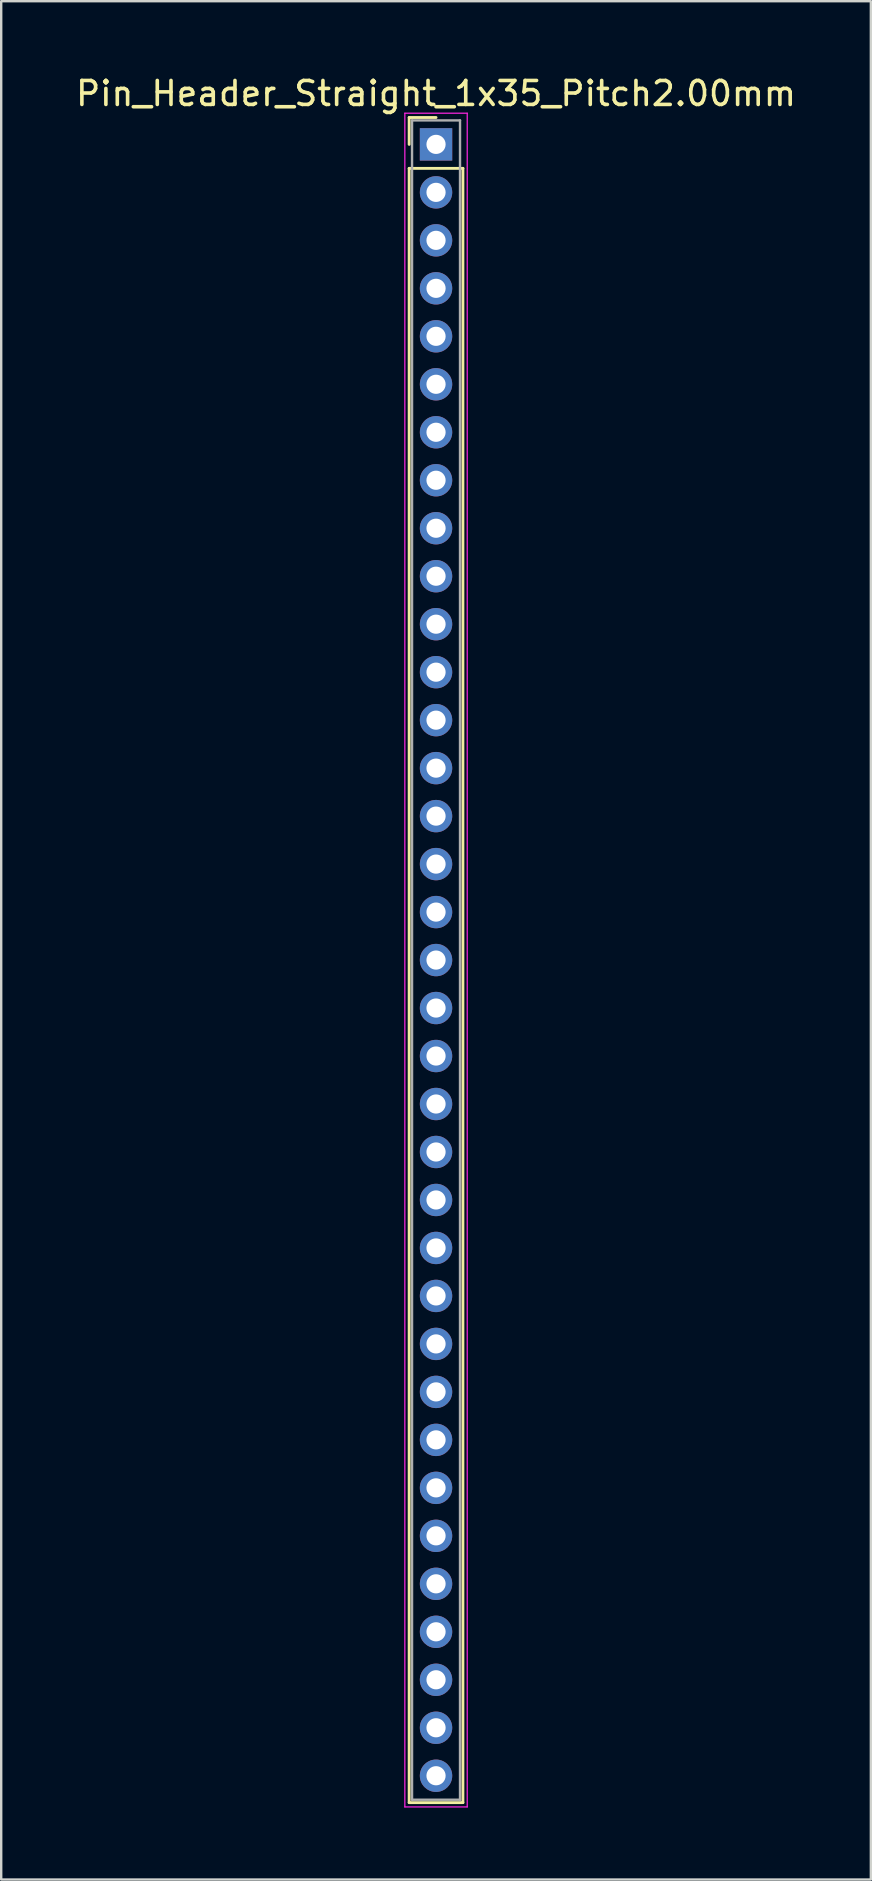
<source format=kicad_pcb>
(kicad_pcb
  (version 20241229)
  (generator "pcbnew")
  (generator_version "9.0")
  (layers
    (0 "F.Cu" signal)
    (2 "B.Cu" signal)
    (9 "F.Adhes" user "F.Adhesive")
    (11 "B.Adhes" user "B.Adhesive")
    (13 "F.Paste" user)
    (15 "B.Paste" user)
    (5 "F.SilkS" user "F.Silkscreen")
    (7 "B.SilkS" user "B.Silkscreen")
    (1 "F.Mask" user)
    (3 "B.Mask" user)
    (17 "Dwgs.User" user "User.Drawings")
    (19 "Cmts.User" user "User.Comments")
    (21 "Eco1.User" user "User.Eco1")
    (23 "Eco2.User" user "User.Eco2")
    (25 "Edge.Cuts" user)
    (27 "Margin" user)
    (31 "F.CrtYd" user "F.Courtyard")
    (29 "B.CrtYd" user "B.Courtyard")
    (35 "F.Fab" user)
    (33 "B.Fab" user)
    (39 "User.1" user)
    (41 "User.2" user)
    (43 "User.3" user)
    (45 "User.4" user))
  (footprint "Pin_Header_Straight_1x35_Pitch2.00mm"
    (layer "F.Cu")
    (at 15.125 2.968)
    (property "Reference" "Pin_Header_Straight_1x35_Pitch2.00mm" (at 0 -2.12 0) (layer "F.SilkS") (effects (font (size 1 1) (thickness 0.15))))
    (attr through_hole)
    (fp_line (start -1.12 -1.12) (end 0 -1.12) (stroke (width 0.12) (type solid)) (layer "F.SilkS"))
    (fp_line (start -1.12 0) (end -1.12 -1.12) (stroke (width 0.12) (type solid)) (layer "F.SilkS"))
    (fp_line (start -1.12 1) (end -1.12 69.12) (stroke (width 0.12) (type solid)) (layer "F.SilkS"))
    (fp_line (start -1.12 69.12) (end 1.12 69.12) (stroke (width 0.12) (type solid)) (layer "F.SilkS"))
    (fp_line (start 1.12 1) (end -1.12 1) (stroke (width 0.12) (type solid)) (layer "F.SilkS"))
    (fp_line (start 1.12 69.12) (end 1.12 1) (stroke (width 0.12) (type solid)) (layer "F.SilkS"))
    (fp_line (start -1.3 -1.3) (end -1.3 69.3) (stroke (width 0.05) (type solid)) (layer "F.CrtYd"))
    (fp_line (start -1.3 69.3) (end 1.3 69.3) (stroke (width 0.05) (type solid)) (layer "F.CrtYd"))
    (fp_line (start 1.3 -1.3) (end -1.3 -1.3) (stroke (width 0.05) (type solid)) (layer "F.CrtYd"))
    (fp_line (start 1.3 69.3) (end 1.3 -1.3) (stroke (width 0.05) (type solid)) (layer "F.CrtYd"))
    (fp_line (start -1 -1) (end -1 69) (stroke (width 0.1) (type solid)) (layer "F.Fab"))
    (fp_line (start -1 69) (end 1 69) (stroke (width 0.1) (type solid)) (layer "F.Fab"))
    (fp_line (start 1 -1) (end -1 -1) (stroke (width 0.1) (type solid)) (layer "F.Fab"))
    (fp_line (start 1 69) (end 1 -1) (stroke (width 0.1) (type solid)) (layer "F.Fab"))
    (pad "1" thru_hole rect (at 0 0) (size 1.35 1.35) (drill 0.8) (layers "*.Cu" "*.Mask"))
    (pad "2" thru_hole oval (at 0 2) (size 1.35 1.35) (drill 0.8) (layers "*.Cu" "*.Mask"))
    (pad "3" thru_hole oval (at 0 4) (size 1.35 1.35) (drill 0.8) (layers "*.Cu" "*.Mask"))
    (pad "4" thru_hole oval (at 0 6) (size 1.35 1.35) (drill 0.8) (layers "*.Cu" "*.Mask"))
    (pad "5" thru_hole oval (at 0 8) (size 1.35 1.35) (drill 0.8) (layers "*.Cu" "*.Mask"))
    (pad "6" thru_hole oval (at 0 10) (size 1.35 1.35) (drill 0.8) (layers "*.Cu" "*.Mask"))
    (pad "7" thru_hole oval (at 0 12) (size 1.35 1.35) (drill 0.8) (layers "*.Cu" "*.Mask"))
    (pad "8" thru_hole oval (at 0 14) (size 1.35 1.35) (drill 0.8) (layers "*.Cu" "*.Mask"))
    (pad "9" thru_hole oval (at 0 16) (size 1.35 1.35) (drill 0.8) (layers "*.Cu" "*.Mask"))
    (pad "10" thru_hole oval (at 0 18) (size 1.35 1.35) (drill 0.8) (layers "*.Cu" "*.Mask"))
    (pad "11" thru_hole oval (at 0 20) (size 1.35 1.35) (drill 0.8) (layers "*.Cu" "*.Mask"))
    (pad "12" thru_hole oval (at 0 22) (size 1.35 1.35) (drill 0.8) (layers "*.Cu" "*.Mask"))
    (pad "13" thru_hole oval (at 0 24) (size 1.35 1.35) (drill 0.8) (layers "*.Cu" "*.Mask"))
    (pad "14" thru_hole oval (at 0 26) (size 1.35 1.35) (drill 0.8) (layers "*.Cu" "*.Mask"))
    (pad "15" thru_hole oval (at 0 28) (size 1.35 1.35) (drill 0.8) (layers "*.Cu" "*.Mask"))
    (pad "16" thru_hole oval (at 0 30) (size 1.35 1.35) (drill 0.8) (layers "*.Cu" "*.Mask"))
    (pad "17" thru_hole oval (at 0 32) (size 1.35 1.35) (drill 0.8) (layers "*.Cu" "*.Mask"))
    (pad "18" thru_hole oval (at 0 34) (size 1.35 1.35) (drill 0.8) (layers "*.Cu" "*.Mask"))
    (pad "19" thru_hole oval (at 0 36) (size 1.35 1.35) (drill 0.8) (layers "*.Cu" "*.Mask"))
    (pad "20" thru_hole oval (at 0 38) (size 1.35 1.35) (drill 0.8) (layers "*.Cu" "*.Mask"))
    (pad "21" thru_hole oval (at 0 40) (size 1.35 1.35) (drill 0.8) (layers "*.Cu" "*.Mask"))
    (pad "22" thru_hole oval (at 0 42) (size 1.35 1.35) (drill 0.8) (layers "*.Cu" "*.Mask"))
    (pad "23" thru_hole oval (at 0 44) (size 1.35 1.35) (drill 0.8) (layers "*.Cu" "*.Mask"))
    (pad "24" thru_hole oval (at 0 46) (size 1.35 1.35) (drill 0.8) (layers "*.Cu" "*.Mask"))
    (pad "25" thru_hole oval (at 0 48) (size 1.35 1.35) (drill 0.8) (layers "*.Cu" "*.Mask"))
    (pad "26" thru_hole oval (at 0 50) (size 1.35 1.35) (drill 0.8) (layers "*.Cu" "*.Mask"))
    (pad "27" thru_hole oval (at 0 52) (size 1.35 1.35) (drill 0.8) (layers "*.Cu" "*.Mask"))
    (pad "28" thru_hole oval (at 0 54) (size 1.35 1.35) (drill 0.8) (layers "*.Cu" "*.Mask"))
    (pad "29" thru_hole oval (at 0 56) (size 1.35 1.35) (drill 0.8) (layers "*.Cu" "*.Mask"))
    (pad "30" thru_hole oval (at 0 58) (size 1.35 1.35) (drill 0.8) (layers "*.Cu" "*.Mask"))
    (pad "31" thru_hole oval (at 0 60) (size 1.35 1.35) (drill 0.8) (layers "*.Cu" "*.Mask"))
    (pad "32" thru_hole oval (at 0 62) (size 1.35 1.35) (drill 0.8) (layers "*.Cu" "*.Mask"))
    (pad "33" thru_hole oval (at 0 64) (size 1.35 1.35) (drill 0.8) (layers "*.Cu" "*.Mask"))
    (pad "34" thru_hole oval (at 0 66) (size 1.35 1.35) (drill 0.8) (layers "*.Cu" "*.Mask"))
    (pad "35" thru_hole oval (at 0 68) (size 1.35 1.35) (drill 0.8) (layers "*.Cu" "*.Mask")))
  (gr_rect
    (start -3 -3)
    (end 33.25 75.293)
    (stroke (width 0.1) (type default))
    (fill no)
    (layer "Edge.Cuts")))
</source>
